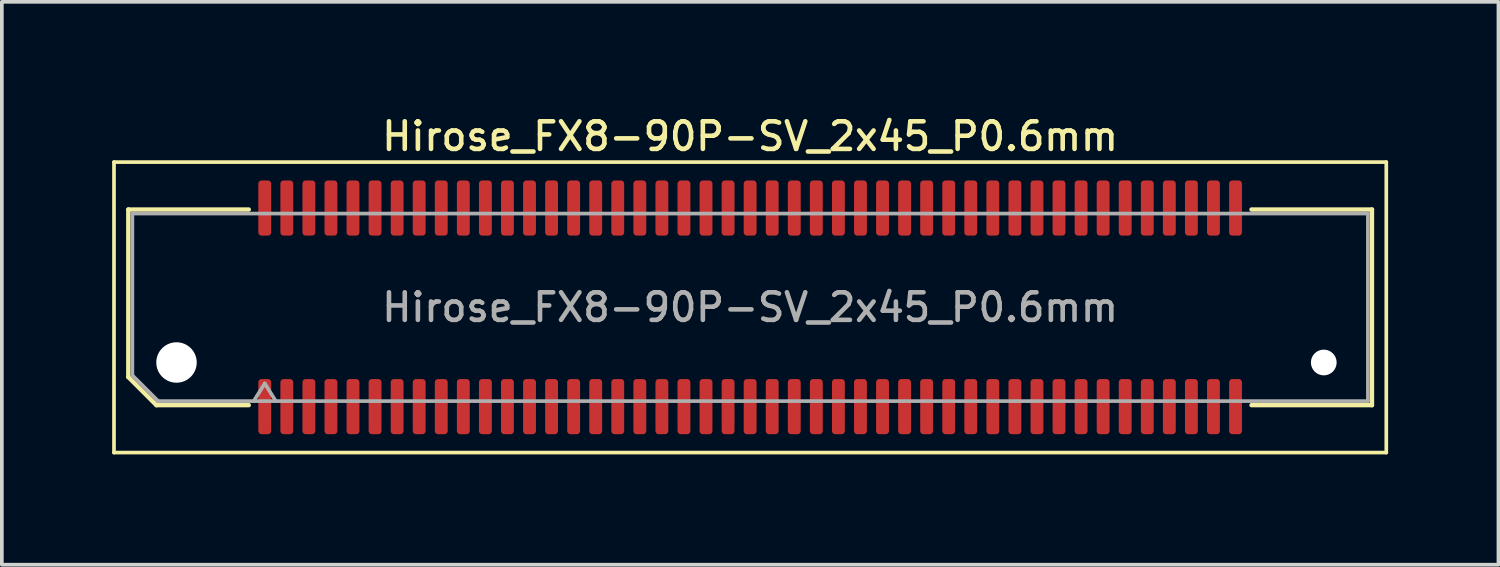
<source format=kicad_pcb>
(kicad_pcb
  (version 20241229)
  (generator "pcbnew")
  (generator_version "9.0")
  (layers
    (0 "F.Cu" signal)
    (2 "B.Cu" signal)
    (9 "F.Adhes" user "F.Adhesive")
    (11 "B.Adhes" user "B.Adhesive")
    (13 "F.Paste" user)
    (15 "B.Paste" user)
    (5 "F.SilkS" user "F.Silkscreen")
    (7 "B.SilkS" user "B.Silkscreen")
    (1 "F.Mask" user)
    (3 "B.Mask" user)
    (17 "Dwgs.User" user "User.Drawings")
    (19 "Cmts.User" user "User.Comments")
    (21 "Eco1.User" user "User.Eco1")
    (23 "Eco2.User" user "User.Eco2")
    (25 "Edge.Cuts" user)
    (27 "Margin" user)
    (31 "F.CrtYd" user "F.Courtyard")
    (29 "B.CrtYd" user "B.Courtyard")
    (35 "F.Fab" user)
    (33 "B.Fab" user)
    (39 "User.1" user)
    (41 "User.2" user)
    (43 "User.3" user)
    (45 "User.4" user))
  (footprint "Hirose_FX8-90P-SV_2x45_P0.6mm"
    (layer "F.Cu")
    (at 17.35 5.308)
    (property "Reference" "Hirose_FX8-90P-SV_2x45_P0.6mm" (at 0 -4.65 0) (layer "F.SilkS") (effects (font (size 0.75 0.75) (thickness 0.125))))
    (attr smd)
    (fp_line (start -17.3 -3.95) (end -17.3 3.95) (stroke (width 0.1) (type solid)) (layer "F.SilkS"))
    (fp_line (start -17.3 3.95) (end 17.3 3.95) (stroke (width 0.1) (type solid)) (layer "F.SilkS"))
    (fp_line (start -16.91 -2.66) (end -13.635 -2.66) (stroke (width 0.12) (type solid)) (layer "F.SilkS"))
    (fp_line (start -16.91 1.896) (end -16.91 -2.66) (stroke (width 0.12) (type solid)) (layer "F.SilkS"))
    (fp_line (start -16.146 2.66) (end -16.91 1.896) (stroke (width 0.12) (type solid)) (layer "F.SilkS"))
    (fp_line (start -13.635 2.66) (end -16.146 2.66) (stroke (width 0.12) (type solid)) (layer "F.SilkS"))
    (fp_line (start 13.635 -2.66) (end 16.91 -2.66) (stroke (width 0.12) (type solid)) (layer "F.SilkS"))
    (fp_line (start 16.91 -2.66) (end 16.91 2.66) (stroke (width 0.12) (type solid)) (layer "F.SilkS"))
    (fp_line (start 16.91 2.66) (end 13.635 2.66) (stroke (width 0.12) (type solid)) (layer "F.SilkS"))
    (fp_line (start 17.3 -3.95) (end -17.3 -3.95) (stroke (width 0.1) (type solid)) (layer "F.SilkS"))
    (fp_line (start 17.3 3.95) (end 17.3 -3.95) (stroke (width 0.1) (type solid)) (layer "F.SilkS"))
    (fp_line (start -16.8 -2.55) (end 16.8 -2.55) (stroke (width 0.1) (type solid)) (layer "F.Fab"))
    (fp_line (start -16.8 1.85) (end -16.8 -2.55) (stroke (width 0.1) (type solid)) (layer "F.Fab"))
    (fp_line (start -16.1 2.55) (end -16.8 1.85) (stroke (width 0.1) (type solid)) (layer "F.Fab"))
    (fp_line (start -13.5 2.55) (end -13.2 2.07) (stroke (width 0.1) (type solid)) (layer "F.Fab"))
    (fp_line (start -13.2 2.07) (end -12.9 2.55) (stroke (width 0.1) (type solid)) (layer "F.Fab"))
    (fp_line (start 16.8 -2.55) (end 16.8 2.55) (stroke (width 0.1) (type solid)) (layer "F.Fab"))
    (fp_line (start 16.8 2.55) (end -16.1 2.55) (stroke (width 0.1) (type solid)) (layer "F.Fab"))
    (fp_text user "${REFERENCE}" (at 0 0 0) (layer "F.Fab") (effects (font (size 0.75 0.75) (thickness 0.125))))
    (pad "" np_thru_hole circle (at -15.6 1.5) (size 1.1 1.1) (drill 1.1) (layers "*.Cu" "*.Mask"))
    (pad "" np_thru_hole circle (at 15.6 1.5) (size 0.7 0.7) (drill 0.7) (layers "*.Cu" "*.Mask"))
    (pad "1" smd roundrect (at -13.2 2.7) (size 0.35 1.5) (layers "F.Cu" "F.Mask" "F.Paste") (roundrect_rratio 0.25))
    (pad "2" smd roundrect (at -13.2 -2.7) (size 0.35 1.5) (layers "F.Cu" "F.Mask" "F.Paste") (roundrect_rratio 0.25))
    (pad "3" smd roundrect (at -12.6 2.7) (size 0.35 1.5) (layers "F.Cu" "F.Mask" "F.Paste") (roundrect_rratio 0.25))
    (pad "4" smd roundrect (at -12.6 -2.7) (size 0.35 1.5) (layers "F.Cu" "F.Mask" "F.Paste") (roundrect_rratio 0.25))
    (pad "5" smd roundrect (at -12 2.7) (size 0.35 1.5) (layers "F.Cu" "F.Mask" "F.Paste") (roundrect_rratio 0.25))
    (pad "6" smd roundrect (at -12 -2.7) (size 0.35 1.5) (layers "F.Cu" "F.Mask" "F.Paste") (roundrect_rratio 0.25))
    (pad "7" smd roundrect (at -11.4 2.7) (size 0.35 1.5) (layers "F.Cu" "F.Mask" "F.Paste") (roundrect_rratio 0.25))
    (pad "8" smd roundrect (at -11.4 -2.7) (size 0.35 1.5) (layers "F.Cu" "F.Mask" "F.Paste") (roundrect_rratio 0.25))
    (pad "9" smd roundrect (at -10.8 2.7) (size 0.35 1.5) (layers "F.Cu" "F.Mask" "F.Paste") (roundrect_rratio 0.25))
    (pad "10" smd roundrect (at -10.8 -2.7) (size 0.35 1.5) (layers "F.Cu" "F.Mask" "F.Paste") (roundrect_rratio 0.25))
    (pad "11" smd roundrect (at -10.2 2.7) (size 0.35 1.5) (layers "F.Cu" "F.Mask" "F.Paste") (roundrect_rratio 0.25))
    (pad "12" smd roundrect (at -10.2 -2.7) (size 0.35 1.5) (layers "F.Cu" "F.Mask" "F.Paste") (roundrect_rratio 0.25))
    (pad "13" smd roundrect (at -9.6 2.7) (size 0.35 1.5) (layers "F.Cu" "F.Mask" "F.Paste") (roundrect_rratio 0.25))
    (pad "14" smd roundrect (at -9.6 -2.7) (size 0.35 1.5) (layers "F.Cu" "F.Mask" "F.Paste") (roundrect_rratio 0.25))
    (pad "15" smd roundrect (at -9 2.7) (size 0.35 1.5) (layers "F.Cu" "F.Mask" "F.Paste") (roundrect_rratio 0.25))
    (pad "16" smd roundrect (at -9 -2.7) (size 0.35 1.5) (layers "F.Cu" "F.Mask" "F.Paste") (roundrect_rratio 0.25))
    (pad "17" smd roundrect (at -8.4 2.7) (size 0.35 1.5) (layers "F.Cu" "F.Mask" "F.Paste") (roundrect_rratio 0.25))
    (pad "18" smd roundrect (at -8.4 -2.7) (size 0.35 1.5) (layers "F.Cu" "F.Mask" "F.Paste") (roundrect_rratio 0.25))
    (pad "19" smd roundrect (at -7.8 2.7) (size 0.35 1.5) (layers "F.Cu" "F.Mask" "F.Paste") (roundrect_rratio 0.25))
    (pad "20" smd roundrect (at -7.8 -2.7) (size 0.35 1.5) (layers "F.Cu" "F.Mask" "F.Paste") (roundrect_rratio 0.25))
    (pad "21" smd roundrect (at -7.2 2.7) (size 0.35 1.5) (layers "F.Cu" "F.Mask" "F.Paste") (roundrect_rratio 0.25))
    (pad "22" smd roundrect (at -7.2 -2.7) (size 0.35 1.5) (layers "F.Cu" "F.Mask" "F.Paste") (roundrect_rratio 0.25))
    (pad "23" smd roundrect (at -6.6 2.7) (size 0.35 1.5) (layers "F.Cu" "F.Mask" "F.Paste") (roundrect_rratio 0.25))
    (pad "24" smd roundrect (at -6.6 -2.7) (size 0.35 1.5) (layers "F.Cu" "F.Mask" "F.Paste") (roundrect_rratio 0.25))
    (pad "25" smd roundrect (at -6 2.7) (size 0.35 1.5) (layers "F.Cu" "F.Mask" "F.Paste") (roundrect_rratio 0.25))
    (pad "26" smd roundrect (at -6 -2.7) (size 0.35 1.5) (layers "F.Cu" "F.Mask" "F.Paste") (roundrect_rratio 0.25))
    (pad "27" smd roundrect (at -5.4 2.7) (size 0.35 1.5) (layers "F.Cu" "F.Mask" "F.Paste") (roundrect_rratio 0.25))
    (pad "28" smd roundrect (at -5.4 -2.7) (size 0.35 1.5) (layers "F.Cu" "F.Mask" "F.Paste") (roundrect_rratio 0.25))
    (pad "29" smd roundrect (at -4.8 2.7) (size 0.35 1.5) (layers "F.Cu" "F.Mask" "F.Paste") (roundrect_rratio 0.25))
    (pad "30" smd roundrect (at -4.8 -2.7) (size 0.35 1.5) (layers "F.Cu" "F.Mask" "F.Paste") (roundrect_rratio 0.25))
    (pad "31" smd roundrect (at -4.2 2.7) (size 0.35 1.5) (layers "F.Cu" "F.Mask" "F.Paste") (roundrect_rratio 0.25))
    (pad "32" smd roundrect (at -4.2 -2.7) (size 0.35 1.5) (layers "F.Cu" "F.Mask" "F.Paste") (roundrect_rratio 0.25))
    (pad "33" smd roundrect (at -3.6 2.7) (size 0.35 1.5) (layers "F.Cu" "F.Mask" "F.Paste") (roundrect_rratio 0.25))
    (pad "34" smd roundrect (at -3.6 -2.7) (size 0.35 1.5) (layers "F.Cu" "F.Mask" "F.Paste") (roundrect_rratio 0.25))
    (pad "35" smd roundrect (at -3 2.7) (size 0.35 1.5) (layers "F.Cu" "F.Mask" "F.Paste") (roundrect_rratio 0.25))
    (pad "36" smd roundrect (at -3 -2.7) (size 0.35 1.5) (layers "F.Cu" "F.Mask" "F.Paste") (roundrect_rratio 0.25))
    (pad "37" smd roundrect (at -2.4 2.7) (size 0.35 1.5) (layers "F.Cu" "F.Mask" "F.Paste") (roundrect_rratio 0.25))
    (pad "38" smd roundrect (at -2.4 -2.7) (size 0.35 1.5) (layers "F.Cu" "F.Mask" "F.Paste") (roundrect_rratio 0.25))
    (pad "39" smd roundrect (at -1.8 2.7) (size 0.35 1.5) (layers "F.Cu" "F.Mask" "F.Paste") (roundrect_rratio 0.25))
    (pad "40" smd roundrect (at -1.8 -2.7) (size 0.35 1.5) (layers "F.Cu" "F.Mask" "F.Paste") (roundrect_rratio 0.25))
    (pad "41" smd roundrect (at -1.2 2.7) (size 0.35 1.5) (layers "F.Cu" "F.Mask" "F.Paste") (roundrect_rratio 0.25))
    (pad "42" smd roundrect (at -1.2 -2.7) (size 0.35 1.5) (layers "F.Cu" "F.Mask" "F.Paste") (roundrect_rratio 0.25))
    (pad "43" smd roundrect (at -0.6 2.7) (size 0.35 1.5) (layers "F.Cu" "F.Mask" "F.Paste") (roundrect_rratio 0.25))
    (pad "44" smd roundrect (at -0.6 -2.7) (size 0.35 1.5) (layers "F.Cu" "F.Mask" "F.Paste") (roundrect_rratio 0.25))
    (pad "45" smd roundrect (at 0 2.7) (size 0.35 1.5) (layers "F.Cu" "F.Mask" "F.Paste") (roundrect_rratio 0.25))
    (pad "46" smd roundrect (at 0 -2.7) (size 0.35 1.5) (layers "F.Cu" "F.Mask" "F.Paste") (roundrect_rratio 0.25))
    (pad "47" smd roundrect (at 0.6 2.7) (size 0.35 1.5) (layers "F.Cu" "F.Mask" "F.Paste") (roundrect_rratio 0.25))
    (pad "48" smd roundrect (at 0.6 -2.7) (size 0.35 1.5) (layers "F.Cu" "F.Mask" "F.Paste") (roundrect_rratio 0.25))
    (pad "49" smd roundrect (at 1.2 2.7) (size 0.35 1.5) (layers "F.Cu" "F.Mask" "F.Paste") (roundrect_rratio 0.25))
    (pad "50" smd roundrect (at 1.2 -2.7) (size 0.35 1.5) (layers "F.Cu" "F.Mask" "F.Paste") (roundrect_rratio 0.25))
    (pad "51" smd roundrect (at 1.8 2.7) (size 0.35 1.5) (layers "F.Cu" "F.Mask" "F.Paste") (roundrect_rratio 0.25))
    (pad "52" smd roundrect (at 1.8 -2.7) (size 0.35 1.5) (layers "F.Cu" "F.Mask" "F.Paste") (roundrect_rratio 0.25))
    (pad "53" smd roundrect (at 2.4 2.7) (size 0.35 1.5) (layers "F.Cu" "F.Mask" "F.Paste") (roundrect_rratio 0.25))
    (pad "54" smd roundrect (at 2.4 -2.7) (size 0.35 1.5) (layers "F.Cu" "F.Mask" "F.Paste") (roundrect_rratio 0.25))
    (pad "55" smd roundrect (at 3 2.7) (size 0.35 1.5) (layers "F.Cu" "F.Mask" "F.Paste") (roundrect_rratio 0.25))
    (pad "56" smd roundrect (at 3 -2.7) (size 0.35 1.5) (layers "F.Cu" "F.Mask" "F.Paste") (roundrect_rratio 0.25))
    (pad "57" smd roundrect (at 3.6 2.7) (size 0.35 1.5) (layers "F.Cu" "F.Mask" "F.Paste") (roundrect_rratio 0.25))
    (pad "58" smd roundrect (at 3.6 -2.7) (size 0.35 1.5) (layers "F.Cu" "F.Mask" "F.Paste") (roundrect_rratio 0.25))
    (pad "59" smd roundrect (at 4.2 2.7) (size 0.35 1.5) (layers "F.Cu" "F.Mask" "F.Paste") (roundrect_rratio 0.25))
    (pad "60" smd roundrect (at 4.2 -2.7) (size 0.35 1.5) (layers "F.Cu" "F.Mask" "F.Paste") (roundrect_rratio 0.25))
    (pad "61" smd roundrect (at 4.8 2.7) (size 0.35 1.5) (layers "F.Cu" "F.Mask" "F.Paste") (roundrect_rratio 0.25))
    (pad "62" smd roundrect (at 4.8 -2.7) (size 0.35 1.5) (layers "F.Cu" "F.Mask" "F.Paste") (roundrect_rratio 0.25))
    (pad "63" smd roundrect (at 5.4 2.7) (size 0.35 1.5) (layers "F.Cu" "F.Mask" "F.Paste") (roundrect_rratio 0.25))
    (pad "64" smd roundrect (at 5.4 -2.7) (size 0.35 1.5) (layers "F.Cu" "F.Mask" "F.Paste") (roundrect_rratio 0.25))
    (pad "65" smd roundrect (at 6 2.7) (size 0.35 1.5) (layers "F.Cu" "F.Mask" "F.Paste") (roundrect_rratio 0.25))
    (pad "66" smd roundrect (at 6 -2.7) (size 0.35 1.5) (layers "F.Cu" "F.Mask" "F.Paste") (roundrect_rratio 0.25))
    (pad "67" smd roundrect (at 6.6 2.7) (size 0.35 1.5) (layers "F.Cu" "F.Mask" "F.Paste") (roundrect_rratio 0.25))
    (pad "68" smd roundrect (at 6.6 -2.7) (size 0.35 1.5) (layers "F.Cu" "F.Mask" "F.Paste") (roundrect_rratio 0.25))
    (pad "69" smd roundrect (at 7.2 2.7) (size 0.35 1.5) (layers "F.Cu" "F.Mask" "F.Paste") (roundrect_rratio 0.25))
    (pad "70" smd roundrect (at 7.2 -2.7) (size 0.35 1.5) (layers "F.Cu" "F.Mask" "F.Paste") (roundrect_rratio 0.25))
    (pad "71" smd roundrect (at 7.8 2.7) (size 0.35 1.5) (layers "F.Cu" "F.Mask" "F.Paste") (roundrect_rratio 0.25))
    (pad "72" smd roundrect (at 7.8 -2.7) (size 0.35 1.5) (layers "F.Cu" "F.Mask" "F.Paste") (roundrect_rratio 0.25))
    (pad "73" smd roundrect (at 8.4 2.7) (size 0.35 1.5) (layers "F.Cu" "F.Mask" "F.Paste") (roundrect_rratio 0.25))
    (pad "74" smd roundrect (at 8.4 -2.7) (size 0.35 1.5) (layers "F.Cu" "F.Mask" "F.Paste") (roundrect_rratio 0.25))
    (pad "75" smd roundrect (at 9 2.7) (size 0.35 1.5) (layers "F.Cu" "F.Mask" "F.Paste") (roundrect_rratio 0.25))
    (pad "76" smd roundrect (at 9 -2.7) (size 0.35 1.5) (layers "F.Cu" "F.Mask" "F.Paste") (roundrect_rratio 0.25))
    (pad "77" smd roundrect (at 9.6 2.7) (size 0.35 1.5) (layers "F.Cu" "F.Mask" "F.Paste") (roundrect_rratio 0.25))
    (pad "78" smd roundrect (at 9.6 -2.7) (size 0.35 1.5) (layers "F.Cu" "F.Mask" "F.Paste") (roundrect_rratio 0.25))
    (pad "79" smd roundrect (at 10.2 2.7) (size 0.35 1.5) (layers "F.Cu" "F.Mask" "F.Paste") (roundrect_rratio 0.25))
    (pad "80" smd roundrect (at 10.2 -2.7) (size 0.35 1.5) (layers "F.Cu" "F.Mask" "F.Paste") (roundrect_rratio 0.25))
    (pad "81" smd roundrect (at 10.8 2.7) (size 0.35 1.5) (layers "F.Cu" "F.Mask" "F.Paste") (roundrect_rratio 0.25))
    (pad "82" smd roundrect (at 10.8 -2.7) (size 0.35 1.5) (layers "F.Cu" "F.Mask" "F.Paste") (roundrect_rratio 0.25))
    (pad "83" smd roundrect (at 11.4 2.7) (size 0.35 1.5) (layers "F.Cu" "F.Mask" "F.Paste") (roundrect_rratio 0.25))
    (pad "84" smd roundrect (at 11.4 -2.7) (size 0.35 1.5) (layers "F.Cu" "F.Mask" "F.Paste") (roundrect_rratio 0.25))
    (pad "85" smd roundrect (at 12 2.7) (size 0.35 1.5) (layers "F.Cu" "F.Mask" "F.Paste") (roundrect_rratio 0.25))
    (pad "86" smd roundrect (at 12 -2.7) (size 0.35 1.5) (layers "F.Cu" "F.Mask" "F.Paste") (roundrect_rratio 0.25))
    (pad "87" smd roundrect (at 12.6 2.7) (size 0.35 1.5) (layers "F.Cu" "F.Mask" "F.Paste") (roundrect_rratio 0.25))
    (pad "88" smd roundrect (at 12.6 -2.7) (size 0.35 1.5) (layers "F.Cu" "F.Mask" "F.Paste") (roundrect_rratio 0.25))
    (pad "89" smd roundrect (at 13.2 2.7) (size 0.35 1.5) (layers "F.Cu" "F.Mask" "F.Paste") (roundrect_rratio 0.25))
    (pad "90" smd roundrect (at 13.2 -2.7) (size 0.35 1.5) (layers "F.Cu" "F.Mask" "F.Paste") (roundrect_rratio 0.25)))
  (gr_rect
    (start -3 -3)
    (end 37.7 12.308)
    (stroke (width 0.1) (type default))
    (fill no)
    (layer "Edge.Cuts")))
</source>
